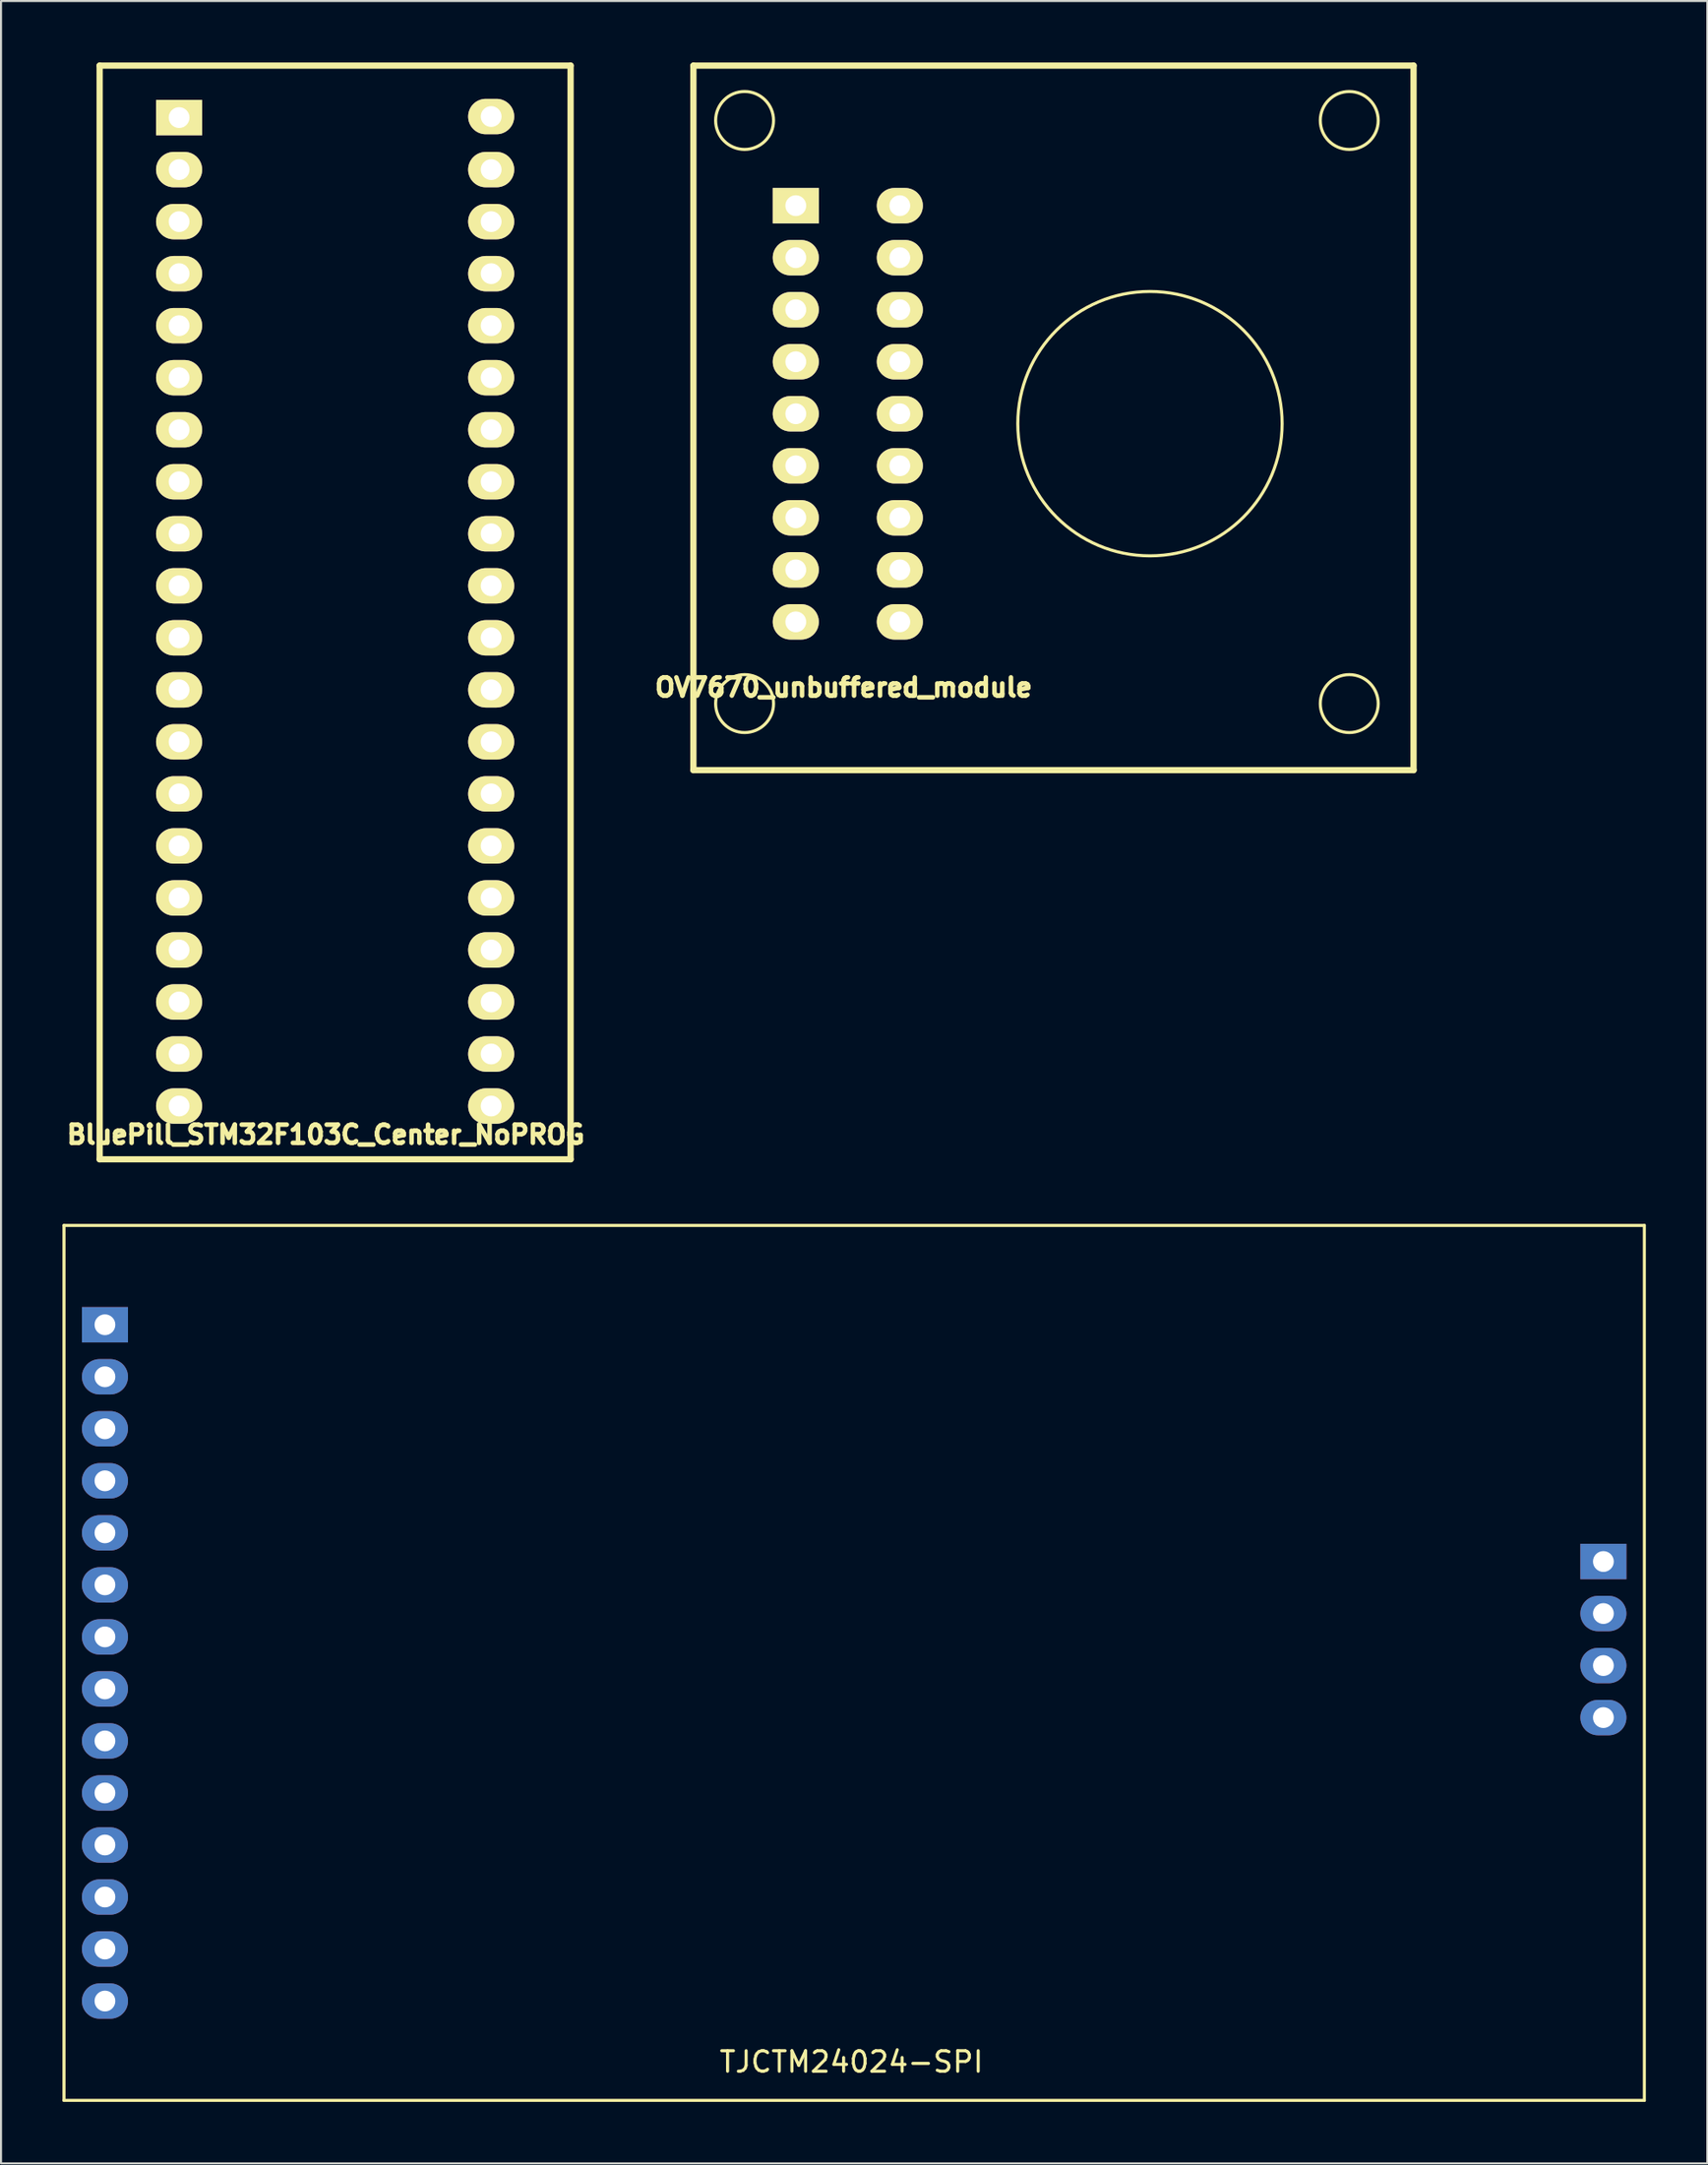
<source format=kicad_pcb>
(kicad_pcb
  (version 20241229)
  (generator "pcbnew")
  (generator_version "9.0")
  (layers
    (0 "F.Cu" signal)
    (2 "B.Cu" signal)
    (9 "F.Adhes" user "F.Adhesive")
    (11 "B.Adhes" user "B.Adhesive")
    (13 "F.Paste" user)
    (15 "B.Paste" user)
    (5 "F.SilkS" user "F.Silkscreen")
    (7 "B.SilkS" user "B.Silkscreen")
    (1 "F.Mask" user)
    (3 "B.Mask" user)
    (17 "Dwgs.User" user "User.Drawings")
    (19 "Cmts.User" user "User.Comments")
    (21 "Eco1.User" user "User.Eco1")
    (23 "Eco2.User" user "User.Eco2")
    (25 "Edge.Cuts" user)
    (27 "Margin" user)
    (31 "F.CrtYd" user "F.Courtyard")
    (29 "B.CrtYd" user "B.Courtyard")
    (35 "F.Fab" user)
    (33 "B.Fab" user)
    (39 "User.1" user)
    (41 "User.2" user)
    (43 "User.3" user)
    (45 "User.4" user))
  (footprint "BluePill_STM32F103C_Center_NoPROG"
    (layer "F.Cu")
    (at 13.317 26.872)
    (property "Reference" "BluePill_STM32F103C_Center_NoPROG" (at -0.457 25.476 180) (layer "F.SilkS") (effects (font (size 0.889 0.889) (thickness 0.305))))
    (attr through_hole)
    (fp_line (start -11.5 -26.72) (end 11.5 -26.72) (stroke (width 0.305) (type solid)) (layer "F.SilkS"))
    (fp_line (start -11.5 26.68) (end -11.5 -26.72) (stroke (width 0.305) (type solid)) (layer "F.SilkS"))
    (fp_line (start 11.5 -26.72) (end 11.5 26.68) (stroke (width 0.305) (type solid)) (layer "F.SilkS"))
    (fp_line (start 11.5 26.68) (end -11.5 26.68) (stroke (width 0.305) (type solid)) (layer "F.SilkS"))
    (pad "1" thru_hole rect (at -7.62 -24.181 270) (size 1.727 2.25) (drill 1.016) (layers "*.Cu" "*.Mask" "F.SilkS"))
    (pad "2" thru_hole oval (at -7.62 -21.641 270) (size 1.727 2.25) (drill 1.016) (layers "*.Cu" "*.Mask" "F.SilkS"))
    (pad "3" thru_hole oval (at -7.62 -19.101 270) (size 1.727 2.25) (drill 1.016) (layers "*.Cu" "*.Mask" "F.SilkS"))
    (pad "4" thru_hole oval (at -7.62 -16.561 270) (size 1.727 2.25) (drill 1.016) (layers "*.Cu" "*.Mask" "F.SilkS"))
    (pad "5" thru_hole oval (at -7.62 -14.021 270) (size 1.727 2.25) (drill 1.016) (layers "*.Cu" "*.Mask" "F.SilkS"))
    (pad "6" thru_hole oval (at -7.62 -11.481 270) (size 1.727 2.25) (drill 1.016) (layers "*.Cu" "*.Mask" "F.SilkS"))
    (pad "7" thru_hole oval (at -7.62 -8.941 270) (size 1.727 2.25) (drill 1.016) (layers "*.Cu" "*.Mask" "F.SilkS"))
    (pad "8" thru_hole oval (at -7.62 -6.401 270) (size 1.727 2.25) (drill 1.016) (layers "*.Cu" "*.Mask" "F.SilkS"))
    (pad "9" thru_hole oval (at -7.62 -3.861 270) (size 1.727 2.25) (drill 1.016) (layers "*.Cu" "*.Mask" "F.SilkS"))
    (pad "10" thru_hole oval (at -7.62 -1.321 270) (size 1.727 2.25) (drill 1.016) (layers "*.Cu" "*.Mask" "F.SilkS"))
    (pad "11" thru_hole oval (at -7.62 1.219 270) (size 1.727 2.25) (drill 1.016) (layers "*.Cu" "*.Mask" "F.SilkS"))
    (pad "12" thru_hole oval (at -7.62 3.759 270) (size 1.727 2.25) (drill 1.016) (layers "*.Cu" "*.Mask" "F.SilkS"))
    (pad "13" thru_hole oval (at -7.62 6.299 270) (size 1.727 2.25) (drill 1.016) (layers "*.Cu" "*.Mask" "F.SilkS"))
    (pad "14" thru_hole oval (at -7.62 8.839 270) (size 1.727 2.25) (drill 1.016) (layers "*.Cu" "*.Mask" "F.SilkS"))
    (pad "15" thru_hole oval (at -7.62 11.379 270) (size 1.727 2.25) (drill 1.016) (layers "*.Cu" "*.Mask" "F.SilkS"))
    (pad "16" thru_hole oval (at -7.62 13.919 270) (size 1.727 2.25) (drill 1.016) (layers "*.Cu" "*.Mask" "F.SilkS"))
    (pad "17" thru_hole oval (at -7.62 16.459 270) (size 1.727 2.25) (drill 1.016) (layers "*.Cu" "*.Mask" "F.SilkS"))
    (pad "18" thru_hole oval (at -7.62 18.999 270) (size 1.727 2.25) (drill 1.016) (layers "*.Cu" "*.Mask" "F.SilkS"))
    (pad "19" thru_hole oval (at -7.62 21.539 270) (size 1.727 2.25) (drill 1.016) (layers "*.Cu" "*.Mask" "F.SilkS"))
    (pad "20" thru_hole oval (at -7.62 24.079 270) (size 1.727 2.25) (drill 1.016) (layers "*.Cu" "*.Mask" "F.SilkS"))
    (pad "21" thru_hole oval (at 7.62 24.079 90) (size 1.727 2.25) (drill 1.016) (layers "*.Cu" "*.Mask" "F.SilkS"))
    (pad "22" thru_hole oval (at 7.62 21.539 90) (size 1.727 2.25) (drill 1.016) (layers "*.Cu" "*.Mask" "F.SilkS"))
    (pad "23" thru_hole oval (at 7.62 18.999 90) (size 1.727 2.25) (drill 1.016) (layers "*.Cu" "*.Mask" "F.SilkS"))
    (pad "24" thru_hole oval (at 7.62 16.459 90) (size 1.727 2.25) (drill 1.016) (layers "*.Cu" "*.Mask" "F.SilkS"))
    (pad "25" thru_hole oval (at 7.62 13.919 90) (size 1.727 2.25) (drill 1.016) (layers "*.Cu" "*.Mask" "F.SilkS"))
    (pad "26" thru_hole oval (at 7.62 11.379 90) (size 1.727 2.25) (drill 1.016) (layers "*.Cu" "*.Mask" "F.SilkS"))
    (pad "27" thru_hole oval (at 7.62 8.839 90) (size 1.727 2.25) (drill 1.016) (layers "*.Cu" "*.Mask" "F.SilkS"))
    (pad "28" thru_hole oval (at 7.62 6.299 90) (size 1.727 2.25) (drill 1.016) (layers "*.Cu" "*.Mask" "F.SilkS"))
    (pad "29" thru_hole oval (at 7.62 3.759 90) (size 1.727 2.25) (drill 1.016) (layers "*.Cu" "*.Mask" "F.SilkS"))
    (pad "30" thru_hole oval (at 7.62 1.219 90) (size 1.727 2.25) (drill 1.016) (layers "*.Cu" "*.Mask" "F.SilkS"))
    (pad "31" thru_hole oval (at 7.62 -1.321 90) (size 1.727 2.25) (drill 1.016) (layers "*.Cu" "*.Mask" "F.SilkS"))
    (pad "32" thru_hole oval (at 7.62 -3.861 90) (size 1.727 2.25) (drill 1.016) (layers "*.Cu" "*.Mask" "F.SilkS"))
    (pad "33" thru_hole oval (at 7.62 -6.401 90) (size 1.727 2.25) (drill 1.016) (layers "*.Cu" "*.Mask" "F.SilkS"))
    (pad "34" thru_hole oval (at 7.62 -8.941 90) (size 1.727 2.25) (drill 1.016) (layers "*.Cu" "*.Mask" "F.SilkS"))
    (pad "35" thru_hole oval (at 7.62 -11.481 90) (size 1.727 2.25) (drill 1.016) (layers "*.Cu" "*.Mask" "F.SilkS"))
    (pad "36" thru_hole oval (at 7.62 -14.021 90) (size 1.727 2.25) (drill 1.016) (layers "*.Cu" "*.Mask" "F.SilkS"))
    (pad "37" thru_hole oval (at 7.62 -16.561 90) (size 1.727 2.25) (drill 1.016) (layers "*.Cu" "*.Mask" "F.SilkS"))
    (pad "38" thru_hole oval (at 7.62 -19.101 90) (size 1.727 2.25) (drill 1.016) (layers "*.Cu" "*.Mask" "F.SilkS"))
    (pad "39" thru_hole oval (at 7.62 -21.641 90) (size 1.727 2.25) (drill 1.016) (layers "*.Cu" "*.Mask" "F.SilkS"))
    (pad "40" thru_hole oval (at 7.62 -24.232 90) (size 1.727 2.25) (drill 1.016) (layers "*.Cu" "*.Mask" "F.SilkS")))
  (footprint "OV7670_unbuffered_module"
    (layer "F.Cu")
    (at 35.814 6.992)
    (property "Reference" "OV7670_unbuffered_module" (at 2.337 23.52 180) (layer "F.SilkS") (effects (font (size 0.889 0.889) (thickness 0.305))))
    (attr through_hole)
    (fp_line (start -5 -6.84) (end -5 27.56) (stroke (width 0.305) (type solid)) (layer "F.SilkS"))
    (fp_line (start 30.17 -6.84) (end -5 -6.84) (stroke (width 0.305) (type solid)) (layer "F.SilkS"))
    (fp_line (start 30.17 -6.84) (end 30.17 27.56) (stroke (width 0.305) (type solid)) (layer "F.SilkS"))
    (fp_line (start 30.17 27.56) (end -5 27.56) (stroke (width 0.305) (type solid)) (layer "F.SilkS"))
    (fp_circle (center -2.5 -4.16) (end -1.5 -3.16) (stroke (width 0.15) (type solid)) (fill no) (layer "F.SilkS"))
    (fp_circle (center -2.5 24.31) (end -1.5 25.31) (stroke (width 0.15) (type solid)) (fill no) (layer "F.SilkS"))
    (fp_circle (center 17.297 10.643) (end 22.733 14.122) (stroke (width 0.15) (type solid)) (fill no) (layer "F.SilkS"))
    (fp_circle (center 27.03 -4.16) (end 28.03 -3.16) (stroke (width 0.15) (type solid)) (fill no) (layer "F.SilkS"))
    (fp_circle (center 27.03 24.31) (end 28.03 25.31) (stroke (width 0.15) (type solid)) (fill no) (layer "F.SilkS"))
    (pad "1" thru_hole rect (at 0 0 270) (size 1.727 2.25) (drill 1.016) (layers "*.Cu" "*.Mask" "F.SilkS"))
    (pad "2" thru_hole oval (at 5.08 0 90) (size 1.727 2.25) (drill 1.016) (layers "*.Cu" "*.Mask" "F.SilkS"))
    (pad "3" thru_hole oval (at 0 2.54 270) (size 1.727 2.25) (drill 1.016) (layers "*.Cu" "*.Mask" "F.SilkS"))
    (pad "4" thru_hole oval (at 5.08 2.54 90) (size 1.727 2.25) (drill 1.016) (layers "*.Cu" "*.Mask" "F.SilkS"))
    (pad "5" thru_hole oval (at 0 5.08 270) (size 1.727 2.25) (drill 1.016) (layers "*.Cu" "*.Mask" "F.SilkS"))
    (pad "6" thru_hole oval (at 5.08 5.08 90) (size 1.727 2.25) (drill 1.016) (layers "*.Cu" "*.Mask" "F.SilkS"))
    (pad "7" thru_hole oval (at 0 7.62 270) (size 1.727 2.25) (drill 1.016) (layers "*.Cu" "*.Mask" "F.SilkS"))
    (pad "8" thru_hole oval (at 5.08 7.62 90) (size 1.727 2.25) (drill 1.016) (layers "*.Cu" "*.Mask" "F.SilkS"))
    (pad "9" thru_hole oval (at 0 10.16 270) (size 1.727 2.25) (drill 1.016) (layers "*.Cu" "*.Mask" "F.SilkS"))
    (pad "10" thru_hole oval (at 5.08 10.16 90) (size 1.727 2.25) (drill 1.016) (layers "*.Cu" "*.Mask" "F.SilkS"))
    (pad "11" thru_hole oval (at 0 12.7 270) (size 1.727 2.25) (drill 1.016) (layers "*.Cu" "*.Mask" "F.SilkS"))
    (pad "12" thru_hole oval (at 5.08 12.7 90) (size 1.727 2.25) (drill 1.016) (layers "*.Cu" "*.Mask" "F.SilkS"))
    (pad "13" thru_hole oval (at 0 15.24 270) (size 1.727 2.25) (drill 1.016) (layers "*.Cu" "*.Mask" "F.SilkS"))
    (pad "14" thru_hole oval (at 5.08 15.24 90) (size 1.727 2.25) (drill 1.016) (layers "*.Cu" "*.Mask" "F.SilkS"))
    (pad "15" thru_hole oval (at 0 17.78 270) (size 1.727 2.25) (drill 1.016) (layers "*.Cu" "*.Mask" "F.SilkS"))
    (pad "16" thru_hole oval (at 5.08 17.78 90) (size 1.727 2.25) (drill 1.016) (layers "*.Cu" "*.Mask" "F.SilkS"))
    (pad "17" thru_hole oval (at 0 20.32 270) (size 1.727 2.25) (drill 1.016) (layers "*.Cu" "*.Mask" "F.SilkS"))
    (pad "18" thru_hole oval (at 5.08 20.32 90) (size 1.727 2.25) (drill 1.016) (layers "*.Cu" "*.Mask" "F.SilkS")))
  (footprint "TJCTM24024-SPI"
    (layer "F.Cu")
    (at 2.075 61.63)
    (property "Reference" "TJCTM24024-SPI" (at 36.456 35.99 0) (layer "F.SilkS") (effects (font (size 1 1) (thickness 0.15))))
    (attr through_hole)
    (fp_line (start -2 -4.85) (end 75.18 -4.85) (stroke (width 0.15) (type solid)) (layer "F.SilkS"))
    (fp_line (start -2 37.87) (end -2 -4.85) (stroke (width 0.15) (type solid)) (layer "F.SilkS"))
    (fp_line (start -2 37.87) (end 75.18 37.87) (stroke (width 0.15) (type solid)) (layer "F.SilkS"))
    (fp_line (start 75.18 37.87) (end 75.18 -4.85) (stroke (width 0.15) (type solid)) (layer "F.SilkS"))
    (pad "1" thru_hole rect (at 0 0) (size 2.25 1.727) (drill 1.016) (layers "*.Cu" "*.Mask"))
    (pad "2" thru_hole oval (at 0 2.54) (size 2.25 1.727) (drill 1.016) (layers "*.Cu" "*.Mask"))
    (pad "3" thru_hole oval (at 0 5.08) (size 2.25 1.727) (drill 1.016) (layers "*.Cu" "*.Mask"))
    (pad "4" thru_hole oval (at 0 7.62) (size 2.25 1.727) (drill 1.016) (layers "*.Cu" "*.Mask"))
    (pad "5" thru_hole oval (at 0 10.16) (size 2.25 1.727) (drill 1.016) (layers "*.Cu" "*.Mask"))
    (pad "6" thru_hole oval (at 0 12.7) (size 2.25 1.727) (drill 1.016) (layers "*.Cu" "*.Mask"))
    (pad "7" thru_hole oval (at 0 15.24) (size 2.25 1.727) (drill 1.016) (layers "*.Cu" "*.Mask"))
    (pad "8" thru_hole oval (at 0 17.78) (size 2.25 1.727) (drill 1.016) (layers "*.Cu" "*.Mask"))
    (pad "9" thru_hole oval (at 0 20.32) (size 2.25 1.727) (drill 1.016) (layers "*.Cu" "*.Mask"))
    (pad "10" thru_hole oval (at 0 22.86) (size 2.25 1.727) (drill 1.016) (layers "*.Cu" "*.Mask"))
    (pad "11" thru_hole oval (at 0 25.4) (size 2.25 1.727) (drill 1.016) (layers "*.Cu" "*.Mask"))
    (pad "12" thru_hole oval (at 0 27.94) (size 2.25 1.727) (drill 1.016) (layers "*.Cu" "*.Mask"))
    (pad "13" thru_hole oval (at 0 30.48) (size 2.25 1.727) (drill 1.016) (layers "*.Cu" "*.Mask"))
    (pad "14" thru_hole oval (at 0 33.02) (size 2.25 1.727) (drill 1.016) (layers "*.Cu" "*.Mask"))
    (pad "15" thru_hole rect (at 73.18 11.56) (size 2.25 1.727) (drill 1.016) (layers "*.Cu" "*.Mask"))
    (pad "16" thru_hole oval (at 73.18 14.1) (size 2.25 1.727) (drill 1.016) (layers "*.Cu" "*.Mask"))
    (pad "17" thru_hole oval (at 73.18 16.64) (size 2.25 1.727) (drill 1.016) (layers "*.Cu" "*.Mask"))
    (pad "18" thru_hole oval (at 73.18 19.18) (size 2.25 1.727) (drill 1.016) (layers "*.Cu" "*.Mask")))
  (gr_rect
    (start -3 -3)
    (end 80.33 102.575)
    (stroke (width 0.1) (type default))
    (fill no)
    (layer "Edge.Cuts")))
</source>
